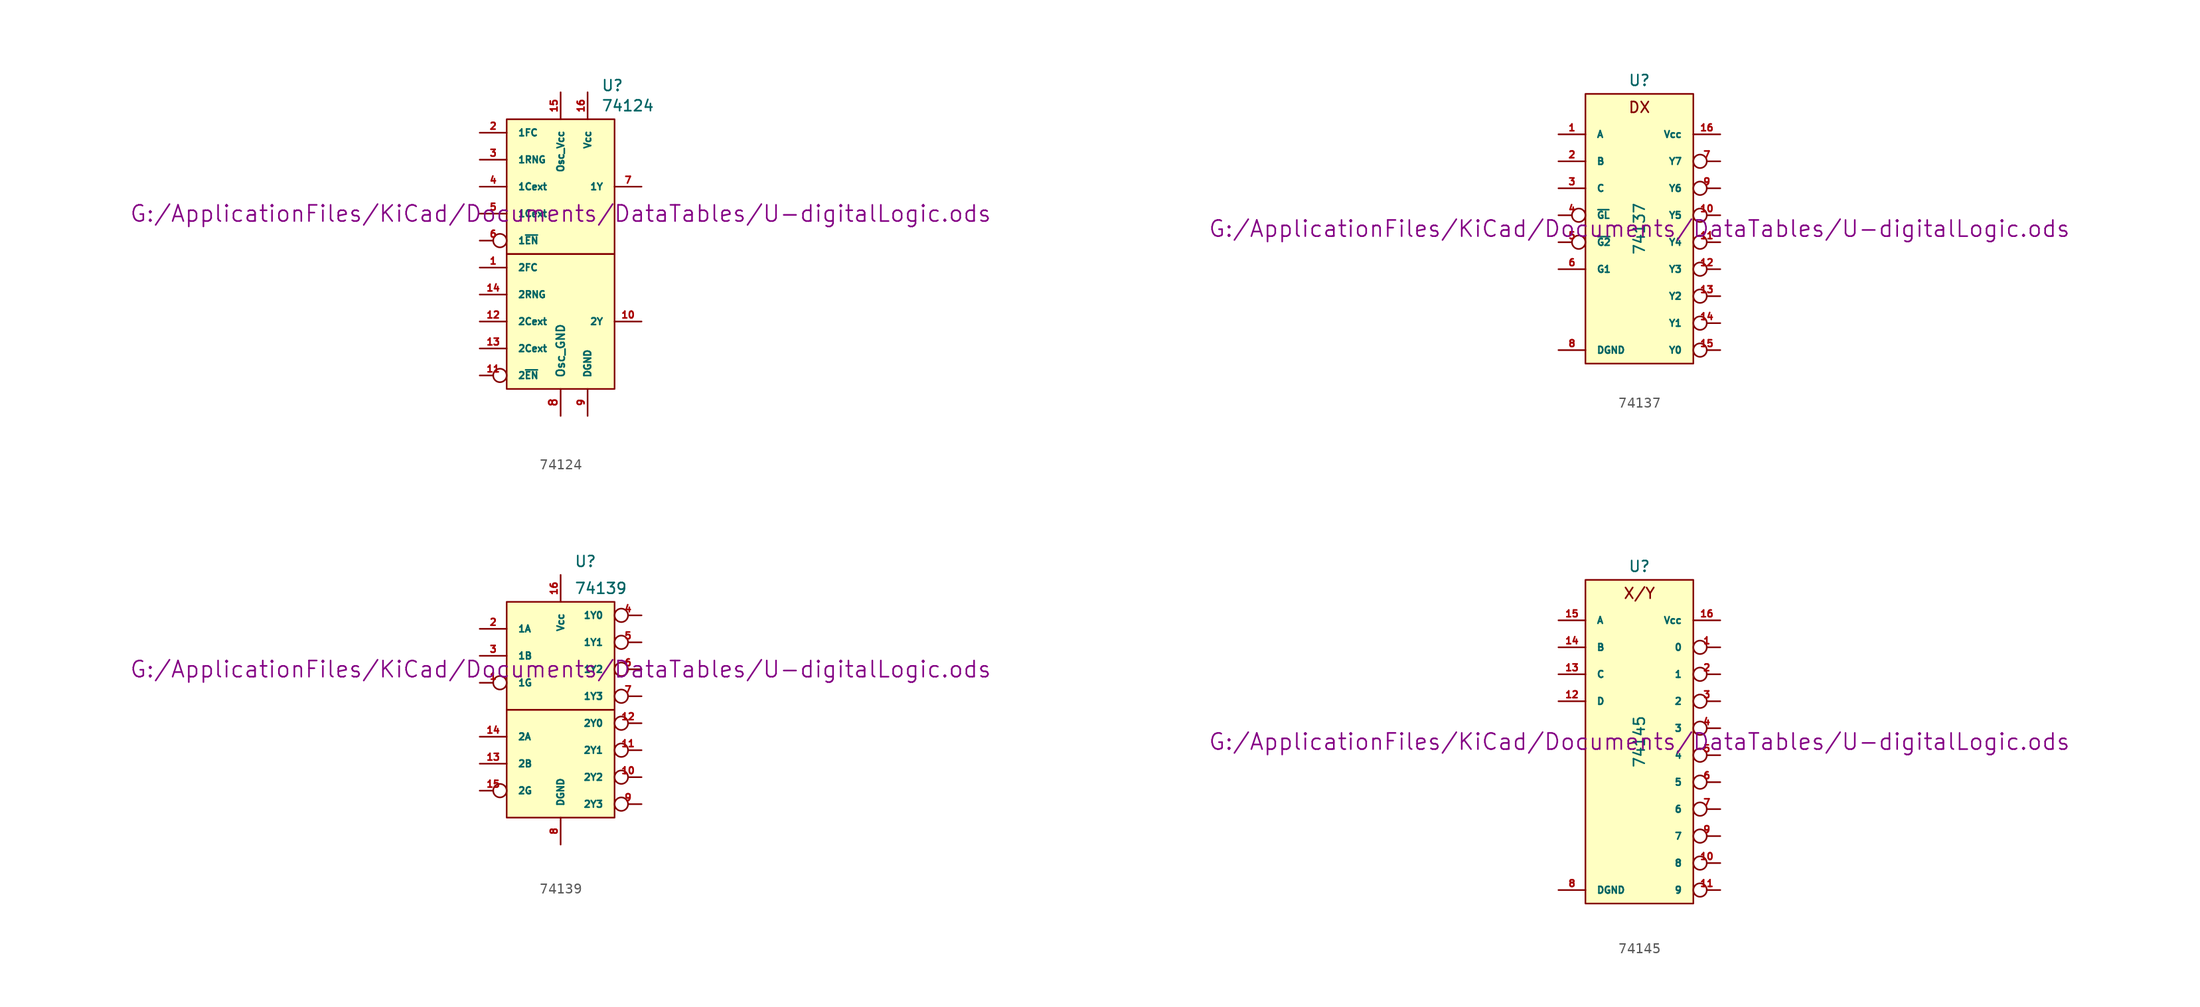
<source format=kicad_sym>
(kicad_symbol_lib
  (version 20211014)
  (generator kicad_symbol_editor)
  (symbol "74124"
    (pin_names
      (offset 1.016))
    (property "Reference" "U"
      (at 3.81 18.415 0)
      (effects (font (size 1.016 1.016)) (justify left)))
    (property "Value" "74124"
      (at 3.81 16.51 0)
      (effects (font (size 1.016 1.016)) (justify left)))
    (property "Footprint" ""
      (at 0 6.35 0)
      (effects (font (size 1.524 1.524))))
    (property "Datasheet" "G:/ApplicationFiles/KiCad/Documents/DataTables/U-digitalLogic.ods"
      (at 0 6.35 0)
      (effects (font (size 1.524 1.524))))
    (symbol "74124_0_0"
      (pin power_in line (at 0 -12.7 90) (length 2.54) (name "Osc_GND" (effects (font (size 0.762 0.762)))) (number "8" (effects (font (size 0.762 0.762))))))
    (symbol "74124_0_1"
      (rectangle (start -5.08 2.54) (end 5.08 -10.16) (stroke (width 0) (type default) (color 0 0 0 0)) (fill (type background)))
      (rectangle (start -5.08 15.24) (end 5.08 2.54) (stroke (width 0) (type default) (color 0 0 0 0)) (fill (type background)))
      (pin power_in line (at 0 17.78 270) (length 2.54) (name "Osc_Vcc" (effects (font (size 0.635 0.635)))) (number "15" (effects (font (size 0.635 0.635))))))
    (symbol "74124_1_1"
      (pin input line (at -7.62 1.27 0) (length 2.54) (name "2FC" (effects (font (size 0.635 0.635)))) (number "1" (effects (font (size 0.635 0.635)))))
      (pin output line (at 7.62 -3.81 180) (length 2.54) (name "2Y" (effects (font (size 0.635 0.635)))) (number "10" (effects (font (size 0.635 0.635)))))
      (pin input inverted (at -7.62 -8.89 0) (length 2.54) (name "2~{EN}" (effects (font (size 0.635 0.635)))) (number "11" (effects (font (size 0.635 0.635)))))
      (pin input line (at -7.62 -3.81 0) (length 2.54) (name "2Cext" (effects (font (size 0.635 0.635)))) (number "12" (effects (font (size 0.635 0.635)))))
      (pin input line (at -7.62 -6.35 0) (length 2.54) (name "2Cext" (effects (font (size 0.635 0.635)))) (number "13" (effects (font (size 0.635 0.635)))))
      (pin input line (at -7.62 -1.27 0) (length 2.54) (name "2RNG" (effects (font (size 0.635 0.635)))) (number "14" (effects (font (size 0.635 0.635)))))
      (pin power_in line (at 2.54 17.78 270) (length 2.54) (name "Vcc" (effects (font (size 0.635 0.635)))) (number "16" (effects (font (size 0.635 0.635)))))
      (pin input line (at -7.62 13.97 0) (length 2.54) (name "1FC" (effects (font (size 0.635 0.635)))) (number "2" (effects (font (size 0.635 0.635)))))
      (pin input line (at -7.62 11.43 0) (length 2.54) (name "1RNG" (effects (font (size 0.635 0.635)))) (number "3" (effects (font (size 0.635 0.635)))))
      (pin input line (at -7.62 8.89 0) (length 2.54) (name "1Cext" (effects (font (size 0.635 0.635)))) (number "4" (effects (font (size 0.635 0.635)))))
      (pin input line (at -7.62 6.35 0) (length 2.54) (name "1Cext" (effects (font (size 0.635 0.635)))) (number "5" (effects (font (size 0.635 0.635)))))
      (pin input inverted (at -7.62 3.81 0) (length 2.54) (name "1~{EN}" (effects (font (size 0.635 0.635)))) (number "6" (effects (font (size 0.635 0.635)))))
      (pin output line (at 7.62 8.89 180) (length 2.54) (name "1Y" (effects (font (size 0.635 0.635)))) (number "7" (effects (font (size 0.635 0.635)))))
      (pin power_in line (at 2.54 -12.7 90) (length 2.54) (name "DGND" (effects (font (size 0.635 0.635)))) (number "9" (effects (font (size 0.635 0.635)))))))
  (symbol "74137"
    (pin_names
      (offset 1.016))
    (property "Reference" "U"
      (at 0 13.97 0)
      (effects (font (size 1.016 1.016))))
    (property "Value" "74137"
      (at 0 0 90)
      (effects (font (size 1.016 1.016))))
    (property "Footprint" ""
      (at 0 0 0)
      (effects (font (size 1.524 1.524))))
    (property "Datasheet" "G:/ApplicationFiles/KiCad/Documents/DataTables/U-digitalLogic.ods"
      (at 0 0 0)
      (effects (font (size 1.524 1.524))))
    (symbol "74137_0_0"
      (text "DX" (at 0 11.43 0) (effects (font (size 1.016 1.016)))))
    (symbol "74137_0_1"
      (rectangle (start -5.08 12.7) (end 5.08 -12.7) (stroke (width 0) (type default) (color 0 0 0 0)) (fill (type background))))
    (symbol "74137_1_1"
      (pin input line (at -7.62 8.89 0) (length 2.54) (name "A" (effects (font (size 0.635 0.635)))) (number "1" (effects (font (size 0.635 0.635)))))
      (pin output inverted (at 7.62 1.27 180) (length 2.54) (name "Y5" (effects (font (size 0.635 0.635)))) (number "10" (effects (font (size 0.635 0.635)))))
      (pin output inverted (at 7.62 -1.27 180) (length 2.54) (name "Y4" (effects (font (size 0.635 0.635)))) (number "11" (effects (font (size 0.635 0.635)))))
      (pin output inverted (at 7.62 -3.81 180) (length 2.54) (name "Y3" (effects (font (size 0.635 0.635)))) (number "12" (effects (font (size 0.635 0.635)))))
      (pin output inverted (at 7.62 -6.35 180) (length 2.54) (name "Y2" (effects (font (size 0.635 0.635)))) (number "13" (effects (font (size 0.635 0.635)))))
      (pin output inverted (at 7.62 -8.89 180) (length 2.54) (name "Y1" (effects (font (size 0.635 0.635)))) (number "14" (effects (font (size 0.635 0.635)))))
      (pin output inverted (at 7.62 -11.43 180) (length 2.54) (name "Y0" (effects (font (size 0.635 0.635)))) (number "15" (effects (font (size 0.635 0.635)))))
      (pin power_in line (at 7.62 8.89 180) (length 2.54) (name "Vcc" (effects (font (size 0.635 0.635)))) (number "16" (effects (font (size 0.635 0.635)))))
      (pin input line (at -7.62 6.35 0) (length 2.54) (name "B" (effects (font (size 0.635 0.635)))) (number "2" (effects (font (size 0.635 0.635)))))
      (pin input line (at -7.62 3.81 0) (length 2.54) (name "C" (effects (font (size 0.635 0.635)))) (number "3" (effects (font (size 0.635 0.635)))))
      (pin input inverted (at -7.62 1.27 0) (length 2.54) (name "~{GL}" (effects (font (size 0.635 0.635)))) (number "4" (effects (font (size 0.635 0.635)))))
      (pin input inverted (at -7.62 -1.27 0) (length 2.54) (name "~{G2}" (effects (font (size 0.635 0.635)))) (number "5" (effects (font (size 0.635 0.635)))))
      (pin input line (at -7.62 -3.81 0) (length 2.54) (name "G1" (effects (font (size 0.635 0.635)))) (number "6" (effects (font (size 0.635 0.635)))))
      (pin output inverted (at 7.62 6.35 180) (length 2.54) (name "Y7" (effects (font (size 0.635 0.635)))) (number "7" (effects (font (size 0.635 0.635)))))
      (pin power_in line (at -7.62 -11.43 0) (length 2.54) (name "DGND" (effects (font (size 0.635 0.635)))) (number "8" (effects (font (size 0.635 0.635)))))
      (pin output inverted (at 7.62 3.81 180) (length 2.54) (name "Y6" (effects (font (size 0.635 0.635)))) (number "9" (effects (font (size 0.635 0.635)))))))
  (symbol "74139"
    (pin_names
      (offset 1.016))
    (property "Reference" "U"
      (at 1.27 13.97 0)
      (effects (font (size 1.016 1.016)) (justify left)))
    (property "Value" "74139"
      (at 1.27 11.43 0)
      (effects (font (size 1.016 1.016)) (justify left)))
    (property "Footprint" ""
      (at 0 3.81 0)
      (effects (font (size 1.524 1.524))))
    (property "Datasheet" "G:/ApplicationFiles/KiCad/Documents/DataTables/U-digitalLogic.ods"
      (at 0 3.81 0)
      (effects (font (size 1.524 1.524))))
    (symbol "74139_0_0"
      (rectangle (start -5.08 -10.16) (end 5.08 0) (stroke (width 0) (type default) (color 0 0 0 0)) (fill (type background)))
      (rectangle (start -5.08 0) (end 5.08 10.16) (stroke (width 0) (type default) (color 0 0 0 0)) (fill (type background))))
    (symbol "74139_1_1"
      (pin input inverted (at -7.62 2.54 0) (length 2.54) (name "1G" (effects (font (size 0.635 0.635)))) (number "1" (effects (font (size 0.635 0.635)))))
      (pin output inverted (at 7.62 -6.35 180) (length 2.54) (name "2Y2" (effects (font (size 0.635 0.635)))) (number "10" (effects (font (size 0.635 0.635)))))
      (pin output inverted (at 7.62 -3.81 180) (length 2.54) (name "2Y1" (effects (font (size 0.635 0.635)))) (number "11" (effects (font (size 0.635 0.635)))))
      (pin output inverted (at 7.62 -1.27 180) (length 2.54) (name "2Y0" (effects (font (size 0.635 0.635)))) (number "12" (effects (font (size 0.635 0.635)))))
      (pin input line (at -7.62 -5.08 0) (length 2.54) (name "2B" (effects (font (size 0.635 0.635)))) (number "13" (effects (font (size 0.635 0.635)))))
      (pin input line (at -7.62 -2.54 0) (length 2.54) (name "2A" (effects (font (size 0.635 0.635)))) (number "14" (effects (font (size 0.635 0.635)))))
      (pin input inverted (at -7.62 -7.62 0) (length 2.54) (name "2G" (effects (font (size 0.635 0.635)))) (number "15" (effects (font (size 0.635 0.635)))))
      (pin power_in line (at 0 12.7 270) (length 2.54) (name "Vcc" (effects (font (size 0.635 0.635)))) (number "16" (effects (font (size 0.635 0.635)))))
      (pin input line (at -7.62 7.62 0) (length 2.54) (name "1A" (effects (font (size 0.635 0.635)))) (number "2" (effects (font (size 0.635 0.635)))))
      (pin input line (at -7.62 5.08 0) (length 2.54) (name "1B" (effects (font (size 0.635 0.635)))) (number "3" (effects (font (size 0.635 0.635)))))
      (pin output inverted (at 7.62 8.89 180) (length 2.54) (name "1Y0" (effects (font (size 0.635 0.635)))) (number "4" (effects (font (size 0.635 0.635)))))
      (pin output inverted (at 7.62 6.35 180) (length 2.54) (name "1Y1" (effects (font (size 0.635 0.635)))) (number "5" (effects (font (size 0.635 0.635)))))
      (pin output inverted (at 7.62 3.81 180) (length 2.54) (name "1Y2" (effects (font (size 0.635 0.635)))) (number "6" (effects (font (size 0.635 0.635)))))
      (pin output inverted (at 7.62 1.27 180) (length 2.54) (name "1Y3" (effects (font (size 0.635 0.635)))) (number "7" (effects (font (size 0.635 0.635)))))
      (pin power_in line (at 0 -12.7 90) (length 2.54) (name "DGND" (effects (font (size 0.635 0.635)))) (number "8" (effects (font (size 0.635 0.635)))))
      (pin output inverted (at 7.62 -8.89 180) (length 2.54) (name "2Y3" (effects (font (size 0.635 0.635)))) (number "9" (effects (font (size 0.635 0.635)))))))
  (symbol "74145"
    (pin_names
      (offset 1.016))
    (property "Reference" "U"
      (at 0 16.51 0)
      (effects (font (size 1.016 1.016))))
    (property "Value" "74145"
      (at 0 0 90)
      (effects (font (size 1.016 1.016))))
    (property "Footprint" ""
      (at 0 0 0)
      (effects (font (size 1.524 1.524))))
    (property "Datasheet" "G:/ApplicationFiles/KiCad/Documents/DataTables/U-digitalLogic.ods"
      (at 0 0 0)
      (effects (font (size 1.524 1.524))))
    (symbol "74145_0_0"
      (text "X/Y" (at 0 13.97 0) (effects (font (size 1.016 1.016)))))
    (symbol "74145_0_1"
      (rectangle (start -5.08 15.24) (end 5.08 -15.24) (stroke (width 0) (type default) (color 0 0 0 0)) (fill (type background))))
    (symbol "74145_1_1"
      (pin output inverted (at 7.62 8.89 180) (length 2.54) (name "0" (effects (font (size 0.635 0.635)))) (number "1" (effects (font (size 0.635 0.635)))))
      (pin output inverted (at 7.62 -11.43 180) (length 2.54) (name "8" (effects (font (size 0.635 0.635)))) (number "10" (effects (font (size 0.635 0.635)))))
      (pin output inverted (at 7.62 -13.97 180) (length 2.54) (name "9" (effects (font (size 0.635 0.635)))) (number "11" (effects (font (size 0.635 0.635)))))
      (pin input line (at -7.62 3.81 0) (length 2.54) (name "D" (effects (font (size 0.635 0.635)))) (number "12" (effects (font (size 0.635 0.635)))))
      (pin input line (at -7.62 6.35 0) (length 2.54) (name "C" (effects (font (size 0.635 0.635)))) (number "13" (effects (font (size 0.635 0.635)))))
      (pin input line (at -7.62 8.89 0) (length 2.54) (name "B" (effects (font (size 0.635 0.635)))) (number "14" (effects (font (size 0.635 0.635)))))
      (pin input line (at -7.62 11.43 0) (length 2.54) (name "A" (effects (font (size 0.635 0.635)))) (number "15" (effects (font (size 0.635 0.635)))))
      (pin power_in line (at 7.62 11.43 180) (length 2.54) (name "Vcc" (effects (font (size 0.635 0.635)))) (number "16" (effects (font (size 0.635 0.635)))))
      (pin output inverted (at 7.62 6.35 180) (length 2.54) (name "1" (effects (font (size 0.635 0.635)))) (number "2" (effects (font (size 0.635 0.635)))))
      (pin output inverted (at 7.62 3.81 180) (length 2.54) (name "2" (effects (font (size 0.635 0.635)))) (number "3" (effects (font (size 0.635 0.635)))))
      (pin output inverted (at 7.62 1.27 180) (length 2.54) (name "3" (effects (font (size 0.635 0.635)))) (number "4" (effects (font (size 0.635 0.635)))))
      (pin output inverted (at 7.62 -1.27 180) (length 2.54) (name "4" (effects (font (size 0.635 0.635)))) (number "5" (effects (font (size 0.635 0.635)))))
      (pin output inverted (at 7.62 -3.81 180) (length 2.54) (name "5" (effects (font (size 0.635 0.635)))) (number "6" (effects (font (size 0.635 0.635)))))
      (pin output inverted (at 7.62 -6.35 180) (length 2.54) (name "6" (effects (font (size 0.635 0.635)))) (number "7" (effects (font (size 0.635 0.635)))))
      (pin power_in line (at -7.62 -13.97 0) (length 2.54) (name "DGND" (effects (font (size 0.635 0.635)))) (number "8" (effects (font (size 0.635 0.635)))))
      (pin output inverted (at 7.62 -8.89 180) (length 2.54) (name "7" (effects (font (size 0.635 0.635)))) (number "9" (effects (font (size 0.635 0.635))))))))
</source>
